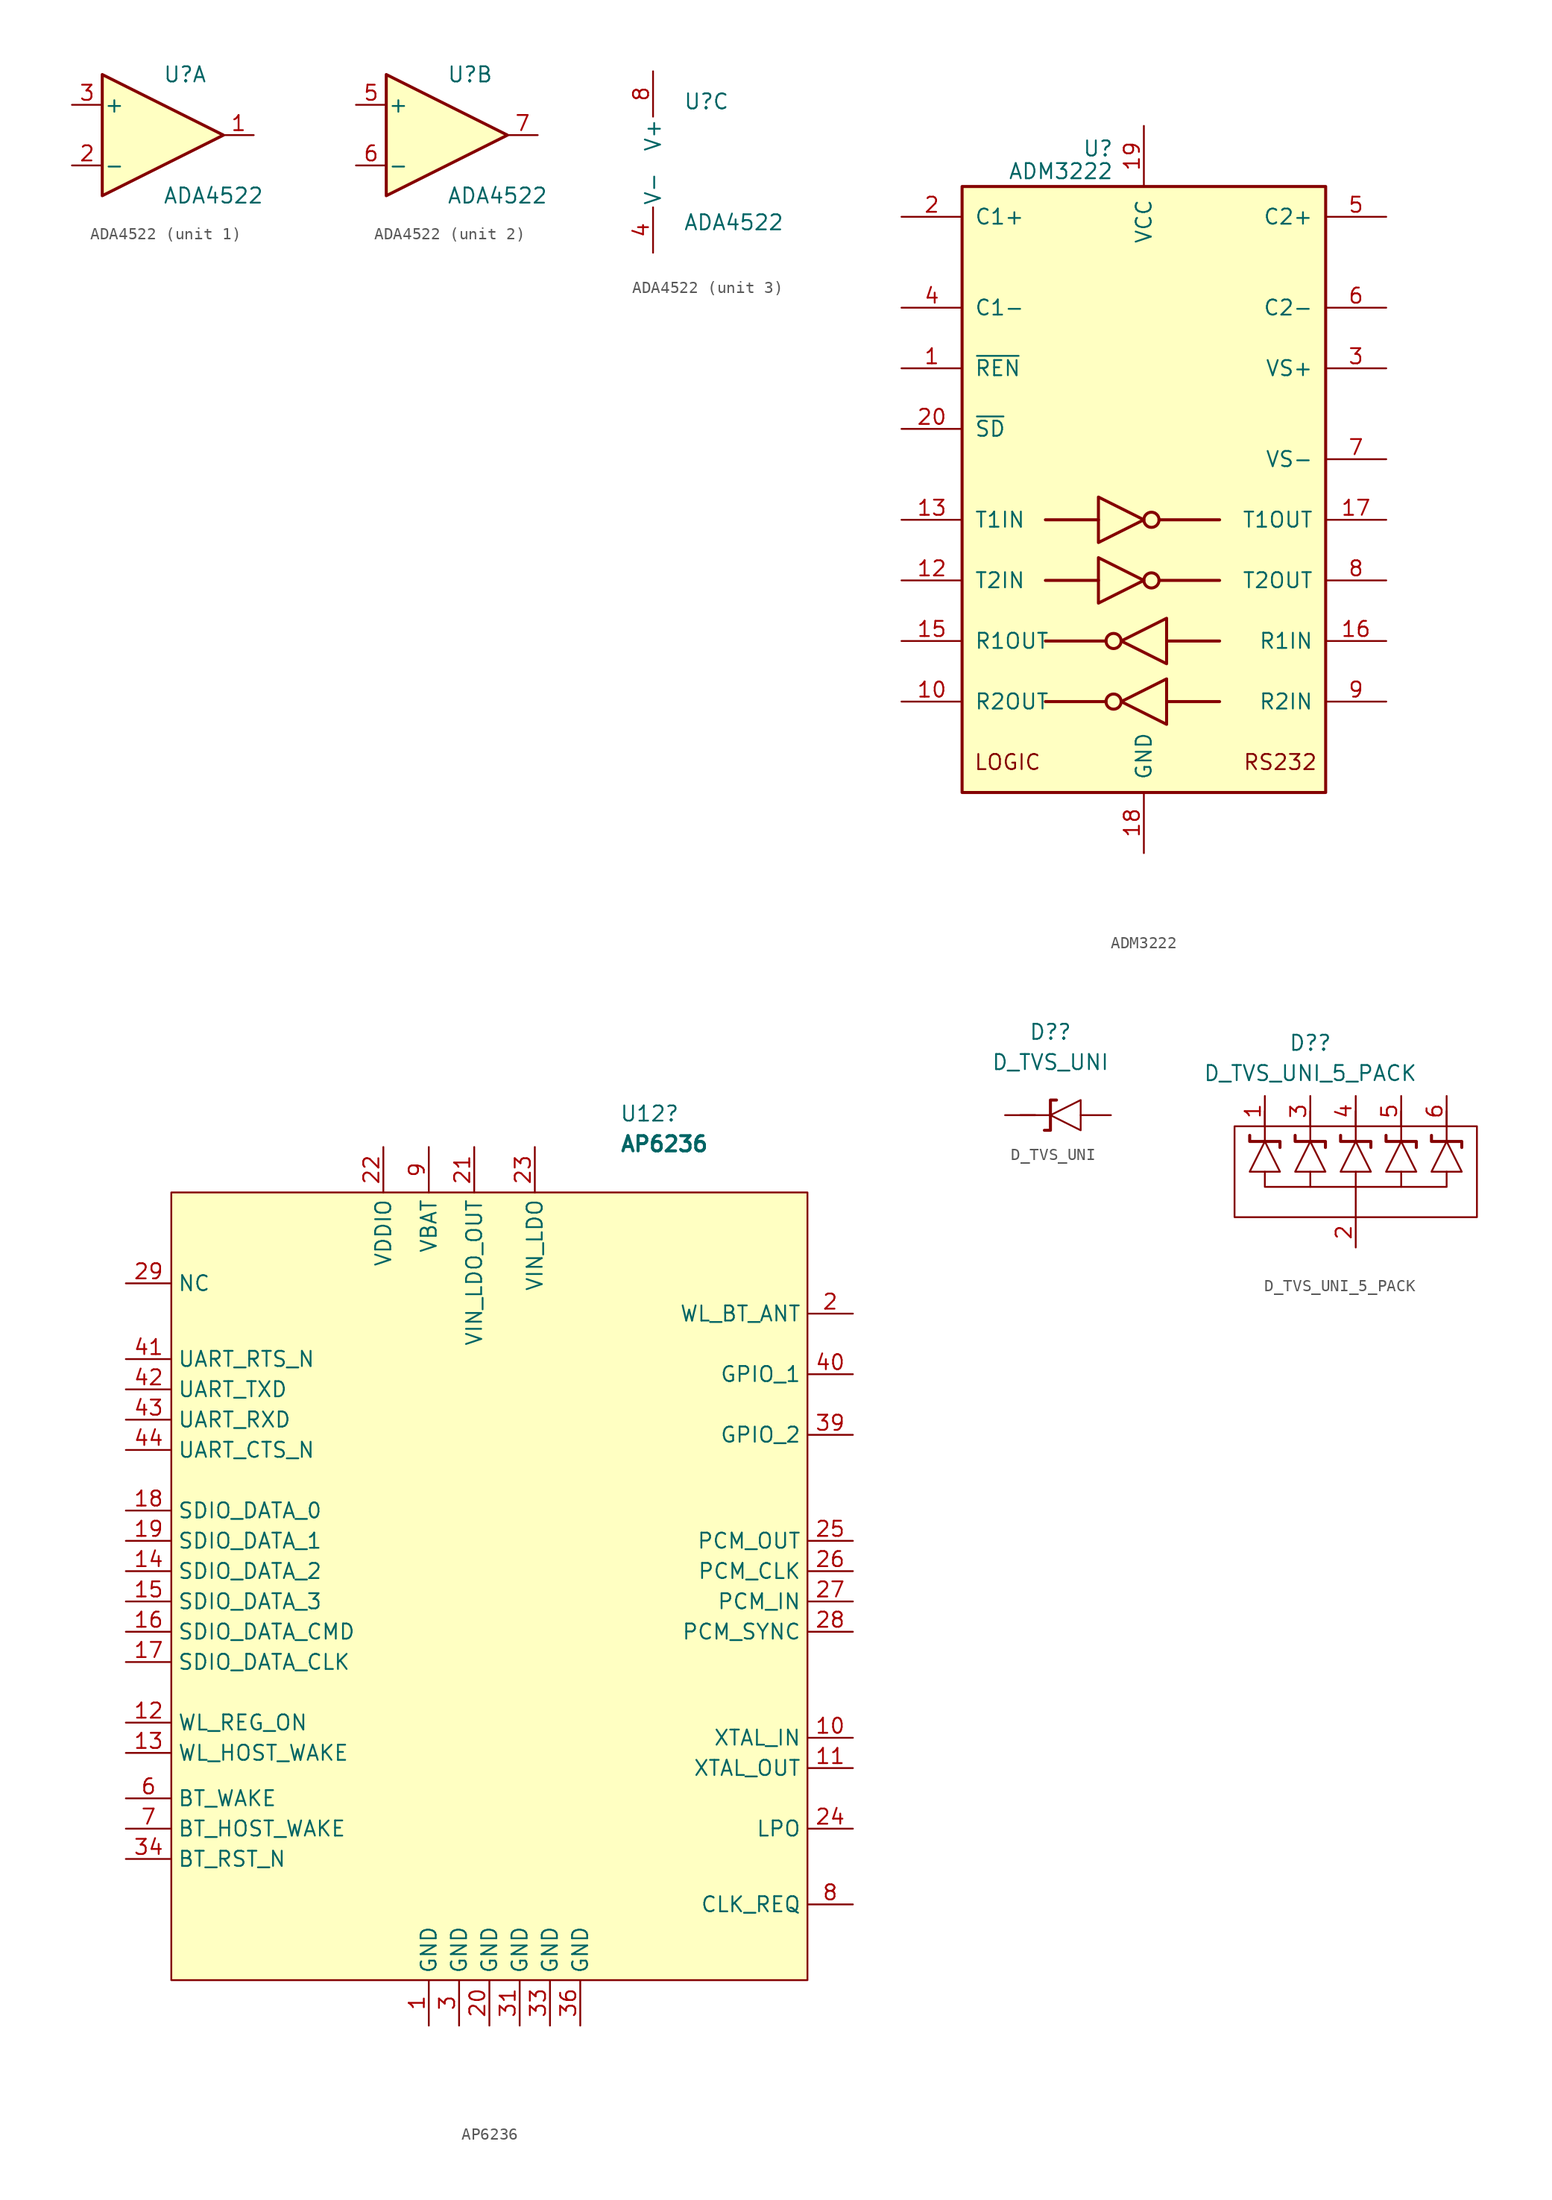
<source format=kicad_sym>
(kicad_symbol_lib
  (version 20220914)
  (generator kicad_symbol_editor)
  (symbol "ADA4522"
    (pin_names
      (offset 0.127))
    (property "Reference" "U"
      (at 0 5.08 0)
      (effects (font (size 1.27 1.27)) (justify left)))
    (property "Value" "ADA4522"
      (at 0 -5.08 0)
      (effects (font (size 1.27 1.27)) (justify left)))
    (property "ki_locked" ""
      (at 0 0 0)
      (effects (font (size 1.27 1.27))))
    (symbol "ADA4522_1_1"
      (polyline (pts (xy -5.08 5.08) (xy 5.08 0) (xy -5.08 -5.08) (xy -5.08 5.08)) (stroke (width 0.254) (type default)) (fill (type background)))
      (pin output line (at 7.62 0 180) (length 2.54) (name "~" (effects (font (size 1.27 1.27)))) (number "1" (effects (font (size 1.27 1.27)))))
      (pin input line (at -7.62 -2.54 0) (length 2.54) (name "-" (effects (font (size 1.27 1.27)))) (number "2" (effects (font (size 1.27 1.27)))))
      (pin input line (at -7.62 2.54 0) (length 2.54) (name "+" (effects (font (size 1.27 1.27)))) (number "3" (effects (font (size 1.27 1.27))))))
    (symbol "ADA4522_2_1"
      (polyline (pts (xy -5.08 5.08) (xy 5.08 0) (xy -5.08 -5.08) (xy -5.08 5.08)) (stroke (width 0.254) (type default)) (fill (type background)))
      (pin input line (at -7.62 2.54 0) (length 2.54) (name "+" (effects (font (size 1.27 1.27)))) (number "5" (effects (font (size 1.27 1.27)))))
      (pin input line (at -7.62 -2.54 0) (length 2.54) (name "-" (effects (font (size 1.27 1.27)))) (number "6" (effects (font (size 1.27 1.27)))))
      (pin output line (at 7.62 0 180) (length 2.54) (name "~" (effects (font (size 1.27 1.27)))) (number "7" (effects (font (size 1.27 1.27))))))
    (symbol "ADA4522_3_1"
      (pin power_in line (at -2.54 -7.62 90) (length 3.81) (name "V-" (effects (font (size 1.27 1.27)))) (number "4" (effects (font (size 1.27 1.27)))))
      (pin power_in line (at -2.54 7.62 270) (length 3.81) (name "V+" (effects (font (size 1.27 1.27)))) (number "8" (effects (font (size 1.27 1.27)))))))
  (symbol "ADM3222"
    (pin_names
      (offset 1.016))
    (property "Reference" "U"
      (at -2.54 28.575 0)
      (effects (font (size 1.27 1.27)) (justify right)))
    (property "Value" "ADM3222"
      (at -2.54 26.67 0)
      (effects (font (size 1.27 1.27)) (justify right)))
    (symbol "ADM3222_0_0"
      (text "LOGIC" (at -11.43 -22.86 0) (effects (font (size 1.27 1.27))))
      (text "RS232" (at 11.43 -22.86 0) (effects (font (size 1.27 1.27)))))
    (symbol "ADM3222_0_1"
      (rectangle (start -15.24 -25.4) (end 15.24 25.4) (stroke (width 0.254) (type default)) (fill (type background)))
      (circle (center -2.54 -17.78) (radius 0.635) (stroke (width 0.254) (type default)) (fill (type none)))
      (circle (center -2.54 -12.7) (radius 0.635) (stroke (width 0.254) (type default)) (fill (type none)))
      (polyline (pts (xy -3.81 -7.62) (xy -8.255 -7.62)) (stroke (width 0.254) (type default)) (fill (type none)))
      (polyline (pts (xy -3.81 -2.54) (xy -8.255 -2.54)) (stroke (width 0.254) (type default)) (fill (type none)))
      (polyline (pts (xy -3.175 -17.78) (xy -8.255 -17.78)) (stroke (width 0.254) (type default)) (fill (type none)))
      (polyline (pts (xy -3.175 -12.7) (xy -8.255 -12.7)) (stroke (width 0.254) (type default)) (fill (type none)))
      (polyline (pts (xy 1.27 -7.62) (xy 6.35 -7.62)) (stroke (width 0.254) (type default)) (fill (type none)))
      (polyline (pts (xy 1.27 -2.54) (xy 6.35 -2.54)) (stroke (width 0.254) (type default)) (fill (type none)))
      (polyline (pts (xy 1.905 -17.78) (xy 6.35 -17.78)) (stroke (width 0.254) (type default)) (fill (type none)))
      (polyline (pts (xy 1.905 -12.7) (xy 6.35 -12.7)) (stroke (width 0.254) (type default)) (fill (type none)))
      (polyline (pts (xy -3.81 -5.715) (xy -3.81 -9.525) (xy 0 -7.62) (xy -3.81 -5.715)) (stroke (width 0.254) (type default)) (fill (type none)))
      (polyline (pts (xy -3.81 -0.635) (xy -3.81 -4.445) (xy 0 -2.54) (xy -3.81 -0.635)) (stroke (width 0.254) (type default)) (fill (type none)))
      (polyline (pts (xy 1.905 -15.875) (xy 1.905 -19.685) (xy -1.905 -17.78) (xy 1.905 -15.875)) (stroke (width 0.254) (type default)) (fill (type none)))
      (polyline (pts (xy 1.905 -10.795) (xy 1.905 -14.605) (xy -1.905 -12.7) (xy 1.905 -10.795)) (stroke (width 0.254) (type default)) (fill (type none)))
      (circle (center 0.635 -7.62) (radius 0.635) (stroke (width 0.254) (type default)) (fill (type none)))
      (circle (center 0.635 -2.54) (radius 0.635) (stroke (width 0.254) (type default)) (fill (type none))))
    (symbol "ADM3222_1_1"
      (pin input line (at -20.32 10.16 0) (length 5.08) (name "~{REN}" (effects (font (size 1.27 1.27)))) (number "1" (effects (font (size 1.27 1.27)))))
      (pin tri_state line (at -20.32 -17.78 0) (length 5.08) (name "R2OUT" (effects (font (size 1.27 1.27)))) (number "10" (effects (font (size 1.27 1.27)))))
      (pin input line (at -20.32 -7.62 0) (length 5.08) (name "T2IN" (effects (font (size 1.27 1.27)))) (number "12" (effects (font (size 1.27 1.27)))))
      (pin input line (at -20.32 -2.54 0) (length 5.08) (name "T1IN" (effects (font (size 1.27 1.27)))) (number "13" (effects (font (size 1.27 1.27)))))
      (pin tri_state line (at -20.32 -12.7 0) (length 5.08) (name "R1OUT" (effects (font (size 1.27 1.27)))) (number "15" (effects (font (size 1.27 1.27)))))
      (pin input line (at 20.32 -12.7 180) (length 5.08) (name "R1IN" (effects (font (size 1.27 1.27)))) (number "16" (effects (font (size 1.27 1.27)))))
      (pin output line (at 20.32 -2.54 180) (length 5.08) (name "T1OUT" (effects (font (size 1.27 1.27)))) (number "17" (effects (font (size 1.27 1.27)))))
      (pin power_in line (at 0 -30.48 90) (length 5.08) (name "GND" (effects (font (size 1.27 1.27)))) (number "18" (effects (font (size 1.27 1.27)))))
      (pin power_in line (at 0 30.48 270) (length 5.08) (name "VCC" (effects (font (size 1.27 1.27)))) (number "19" (effects (font (size 1.27 1.27)))))
      (pin passive line (at -20.32 22.86 0) (length 5.08) (name "C1+" (effects (font (size 1.27 1.27)))) (number "2" (effects (font (size 1.27 1.27)))))
      (pin input line (at -20.32 5.08 0) (length 5.08) (name "~{SD}" (effects (font (size 1.27 1.27)))) (number "20" (effects (font (size 1.27 1.27)))))
      (pin power_out line (at 20.32 10.16 180) (length 5.08) (name "VS+" (effects (font (size 1.27 1.27)))) (number "3" (effects (font (size 1.27 1.27)))))
      (pin passive line (at -20.32 15.24 0) (length 5.08) (name "C1-" (effects (font (size 1.27 1.27)))) (number "4" (effects (font (size 1.27 1.27)))))
      (pin passive line (at 20.32 22.86 180) (length 5.08) (name "C2+" (effects (font (size 1.27 1.27)))) (number "5" (effects (font (size 1.27 1.27)))))
      (pin passive line (at 20.32 15.24 180) (length 5.08) (name "C2-" (effects (font (size 1.27 1.27)))) (number "6" (effects (font (size 1.27 1.27)))))
      (pin power_out line (at 20.32 2.54 180) (length 5.08) (name "VS-" (effects (font (size 1.27 1.27)))) (number "7" (effects (font (size 1.27 1.27)))))
      (pin output line (at 20.32 -7.62 180) (length 5.08) (name "T2OUT" (effects (font (size 1.27 1.27)))) (number "8" (effects (font (size 1.27 1.27)))))
      (pin input line (at 20.32 -17.78 180) (length 5.08) (name "R2IN" (effects (font (size 1.27 1.27)))) (number "9" (effects (font (size 1.27 1.27)))))))
  (symbol "AP6236"
    (property "Reference" "U12"
      (at 24.879 4.064 0)
      (effects (font (size 1.27 1.27)) (justify left)))
    (property "Value" "AP6236"
      (at 24.879 1.524 0)
      (effects (font (size 1.27 1.27) bold) (justify left)))
    (symbol "AP6236_0_1"
      (rectangle (start -12.7 -2.54) (end 40.64 -68.58) (stroke (width 0) (type default)) (fill (type background))))
    (symbol "AP6236_1_1"
      (pin power_in line (at 8.89 -72.39 90) (length 3.81) (name "GND" (effects (font (size 1.27 1.27)))) (number "1" (effects (font (size 1.27 1.27)))))
      (pin passive line (at 44.45 -48.26 180) (length 3.81) (name "XTAL_IN" (effects (font (size 1.27 1.27)))) (number "10" (effects (font (size 1.27 1.27)))))
      (pin passive line (at 44.45 -50.8 180) (length 3.81) (name "XTAL_OUT" (effects (font (size 1.27 1.27)))) (number "11" (effects (font (size 1.27 1.27)))))
      (pin input line (at -16.51 -46.99 0) (length 3.81) (name "WL_REG_ON" (effects (font (size 1.27 1.27)))) (number "12" (effects (font (size 1.27 1.27)))))
      (pin output line (at -16.51 -49.53 0) (length 3.81) (name "WL_HOST_WAKE" (effects (font (size 1.27 1.27)))) (number "13" (effects (font (size 1.27 1.27)))))
      (pin bidirectional line (at -16.51 -34.29 0) (length 3.81) (name "SDIO_DATA_2" (effects (font (size 1.27 1.27)))) (number "14" (effects (font (size 1.27 1.27)))))
      (pin bidirectional line (at -16.51 -36.83 0) (length 3.81) (name "SDIO_DATA_3" (effects (font (size 1.27 1.27)))) (number "15" (effects (font (size 1.27 1.27)))))
      (pin bidirectional line (at -16.51 -39.37 0) (length 3.81) (name "SDIO_DATA_CMD" (effects (font (size 1.27 1.27)))) (number "16" (effects (font (size 1.27 1.27)))))
      (pin bidirectional line (at -16.51 -41.91 0) (length 3.81) (name "SDIO_DATA_CLK" (effects (font (size 1.27 1.27)))) (number "17" (effects (font (size 1.27 1.27)))))
      (pin bidirectional line (at -16.51 -29.21 0) (length 3.81) (name "SDIO_DATA_0" (effects (font (size 1.27 1.27)))) (number "18" (effects (font (size 1.27 1.27)))))
      (pin bidirectional line (at -16.51 -31.75 0) (length 3.81) (name "SDIO_DATA_1" (effects (font (size 1.27 1.27)))) (number "19" (effects (font (size 1.27 1.27)))))
      (pin output line (at 44.45 -12.7 180) (length 3.81) (name "WL_BT_ANT" (effects (font (size 1.27 1.27)))) (number "2" (effects (font (size 1.27 1.27)))))
      (pin power_in line (at 13.97 -72.39 90) (length 3.81) (name "GND" (effects (font (size 1.27 1.27)))) (number "20" (effects (font (size 1.27 1.27)))))
      (pin power_out line (at 12.7 1.27 270) (length 3.81) (name "VIN_LDO_OUT" (effects (font (size 1.27 1.27)))) (number "21" (effects (font (size 1.27 1.27)))))
      (pin power_in line (at 5.08 1.27 270) (length 3.81) (name "VDDIO" (effects (font (size 1.27 1.27)))) (number "22" (effects (font (size 1.27 1.27)))))
      (pin passive line (at 17.78 1.27 270) (length 3.81) (name "VIN_LDO" (effects (font (size 1.27 1.27)))) (number "23" (effects (font (size 1.27 1.27)))))
      (pin input line (at 44.45 -55.88 180) (length 3.81) (name "LPO" (effects (font (size 1.27 1.27)))) (number "24" (effects (font (size 1.27 1.27)))))
      (pin output line (at 44.45 -31.75 180) (length 3.81) (name "PCM_OUT" (effects (font (size 1.27 1.27)))) (number "25" (effects (font (size 1.27 1.27)))))
      (pin bidirectional line (at 44.45 -34.29 180) (length 3.81) (name "PCM_CLK" (effects (font (size 1.27 1.27)))) (number "26" (effects (font (size 1.27 1.27)))))
      (pin input line (at 44.45 -36.83 180) (length 3.81) (name "PCM_IN" (effects (font (size 1.27 1.27)))) (number "27" (effects (font (size 1.27 1.27)))))
      (pin bidirectional line (at 44.45 -39.37 180) (length 3.81) (name "PCM_SYNC" (effects (font (size 1.27 1.27)))) (number "28" (effects (font (size 1.27 1.27)))))
      (pin free line (at -16.51 -10.16 0) (length 3.81) (name "NC" (effects (font (size 1.27 1.27)))) (number "29" (effects (font (size 1.27 1.27)))))
      (pin power_in line (at 11.43 -72.39 90) (length 3.81) (name "GND" (effects (font (size 1.27 1.27)))) (number "3" (effects (font (size 1.27 1.27)))))
      (pin power_in line (at 16.51 -72.39 90) (length 3.81) (name "GND" (effects (font (size 1.27 1.27)))) (number "31" (effects (font (size 1.27 1.27)))))
      (pin power_in line (at 19.05 -72.39 90) (length 3.81) (name "GND" (effects (font (size 1.27 1.27)))) (number "33" (effects (font (size 1.27 1.27)))))
      (pin input line (at -16.51 -58.42 0) (length 3.81) (name "BT_RST_N" (effects (font (size 1.27 1.27)))) (number "34" (effects (font (size 1.27 1.27)))))
      (pin power_in line (at 21.59 -72.39 90) (length 3.81) (name "GND" (effects (font (size 1.27 1.27)))) (number "36" (effects (font (size 1.27 1.27)))))
      (pin bidirectional line (at 44.45 -22.86 180) (length 3.81) (name "GPIO_2" (effects (font (size 1.27 1.27)))) (number "39" (effects (font (size 1.27 1.27)))))
      (pin bidirectional line (at 44.45 -17.78 180) (length 3.81) (name "GPIO_1" (effects (font (size 1.27 1.27)))) (number "40" (effects (font (size 1.27 1.27)))))
      (pin output line (at -16.51 -16.51 0) (length 3.81) (name "UART_RTS_N" (effects (font (size 1.27 1.27)))) (number "41" (effects (font (size 1.27 1.27)))))
      (pin output line (at -16.51 -19.05 0) (length 3.81) (name "UART_TXD" (effects (font (size 1.27 1.27)))) (number "42" (effects (font (size 1.27 1.27)))))
      (pin input line (at -16.51 -21.59 0) (length 3.81) (name "UART_RXD" (effects (font (size 1.27 1.27)))) (number "43" (effects (font (size 1.27 1.27)))))
      (pin input line (at -16.51 -24.13 0) (length 3.81) (name "UART_CTS_N" (effects (font (size 1.27 1.27)))) (number "44" (effects (font (size 1.27 1.27)))))
      (pin input line (at -16.51 -53.34 0) (length 3.81) (name "BT_WAKE" (effects (font (size 1.27 1.27)))) (number "6" (effects (font (size 1.27 1.27)))))
      (pin output line (at -16.51 -55.88 0) (length 3.81) (name "BT_HOST_WAKE" (effects (font (size 1.27 1.27)))) (number "7" (effects (font (size 1.27 1.27)))))
      (pin output line (at 44.45 -62.23 180) (length 3.81) (name "CLK_REQ" (effects (font (size 1.27 1.27)))) (number "8" (effects (font (size 1.27 1.27)))))
      (pin power_in line (at 8.89 1.27 270) (length 3.81) (name "VBAT" (effects (font (size 1.27 1.27)))) (number "9" (effects (font (size 1.27 1.27)))))))
  (symbol "D_TVS_UNI"
    (pin_numbers hide)
    (pin_names
      (offset 1.016) hide)
    (property "Reference" "D?"
      (at 0 6.985 0)
      (effects (font (size 1.27 1.27))))
    (property "Value" "D_TVS_UNI"
      (at 0 4.445 0)
      (effects (font (size 1.27 1.27))))
    (symbol "D_TVS_UNI_0_1"
      (polyline (pts (xy 0 0) (xy -2.54 0)) (stroke (width 0) (type default)) (fill (type none)))
      (polyline (pts (xy 0 0) (xy 2.54 1.27) (xy 2.54 -1.27) (xy 0 0)) (stroke (width 0) (type default)) (fill (type none)))
      (polyline (pts (xy 0.508 1.27) (xy 0 1.27) (xy 0 -1.27) (xy -0.508 -1.27)) (stroke (width 0.254) (type default)) (fill (type none))))
    (symbol "D_TVS_UNI_1_1"
      (pin passive line (at -3.81 0 0) (length 2.54) (name "A1" (effects (font (size 1.27 1.27)))) (number "1" (effects (font (size 1.27 1.27)))))
      (pin passive line (at 5.08 0 180) (length 2.54) (name "A2" (effects (font (size 1.27 1.27)))) (number "2" (effects (font (size 1.27 1.27)))))))
  (symbol "D_TVS_UNI_5_PACK"
    (pin_names
      (offset 1.016) hide)
    (property "Reference" "D?"
      (at 7.62 8.255 0)
      (effects (font (size 1.27 1.27))))
    (property "Value" "D_TVS_UNI_5_PACK"
      (at 7.62 5.715 0)
      (effects (font (size 1.27 1.27))))
    (symbol "D_TVS_UNI_5_PACK_0_1"
      (polyline (pts (xy 3.81 0) (xy 3.81 2.54)) (stroke (width 0) (type default)) (fill (type none)))
      (polyline (pts (xy 7.62 -3.81) (xy 7.62 -2.54)) (stroke (width 0) (type default)) (fill (type none)))
      (polyline (pts (xy 7.62 0) (xy 7.62 2.54)) (stroke (width 0) (type default)) (fill (type none)))
      (polyline (pts (xy 11.43 -6.35) (xy 11.43 -3.81)) (stroke (width 0) (type default)) (fill (type none)))
      (polyline (pts (xy 11.43 -3.81) (xy 11.43 -2.54)) (stroke (width 0) (type default)) (fill (type none)))
      (polyline (pts (xy 11.43 0) (xy 11.43 2.54)) (stroke (width 0) (type default)) (fill (type none)))
      (polyline (pts (xy 15.24 -3.81) (xy 15.24 -2.54)) (stroke (width 0) (type default)) (fill (type none)))
      (polyline (pts (xy 15.24 0) (xy 15.24 2.54)) (stroke (width 0) (type default)) (fill (type none)))
      (polyline (pts (xy 19.05 0) (xy 19.05 2.54)) (stroke (width 0) (type default)) (fill (type none)))
      (polyline (pts (xy 3.81 -2.54) (xy 3.81 -3.81) (xy 19.05 -3.81) (xy 19.05 -2.54)) (stroke (width 0) (type default)) (fill (type none)))
      (polyline (pts (xy 3.81 0) (xy 5.08 -2.54) (xy 2.54 -2.54) (xy 3.81 0)) (stroke (width 0) (type default)) (fill (type none)))
      (polyline (pts (xy 5.08 -0.508) (xy 5.08 0) (xy 2.54 0) (xy 2.54 0.508)) (stroke (width 0.254) (type default)) (fill (type none)))
      (polyline (pts (xy 7.62 0) (xy 8.89 -2.54) (xy 6.35 -2.54) (xy 7.62 0)) (stroke (width 0) (type default)) (fill (type none)))
      (polyline (pts (xy 8.89 -0.508) (xy 8.89 0) (xy 6.35 0) (xy 6.35 0.508)) (stroke (width 0.254) (type default)) (fill (type none)))
      (polyline (pts (xy 11.43 0) (xy 12.7 -2.54) (xy 10.16 -2.54) (xy 11.43 0)) (stroke (width 0) (type default)) (fill (type none)))
      (polyline (pts (xy 12.7 -0.508) (xy 12.7 0) (xy 10.16 0) (xy 10.16 0.508)) (stroke (width 0.254) (type default)) (fill (type none)))
      (polyline (pts (xy 15.24 0) (xy 16.51 -2.54) (xy 13.97 -2.54) (xy 15.24 0)) (stroke (width 0) (type default)) (fill (type none)))
      (polyline (pts (xy 16.51 -0.508) (xy 16.51 0) (xy 13.97 0) (xy 13.97 0.508)) (stroke (width 0.254) (type default)) (fill (type none)))
      (polyline (pts (xy 19.05 0) (xy 20.32 -2.54) (xy 17.78 -2.54) (xy 19.05 0)) (stroke (width 0) (type default)) (fill (type none)))
      (polyline (pts (xy 20.32 -0.508) (xy 20.32 0) (xy 17.78 0) (xy 17.78 0.508)) (stroke (width 0.254) (type default)) (fill (type none)))
      (rectangle (start 1.27 1.27) (end 21.59 -6.35) (stroke (width 0) (type default)) (fill (type none))))
    (symbol "D_TVS_UNI_5_PACK_1_1"
      (pin passive line (at 3.81 3.81 270) (length 2.54) (name "K1" (effects (font (size 1.27 1.27)))) (number "1" (effects (font (size 1.27 1.27)))))
      (pin passive line (at 11.43 -8.89 90) (length 2.54) (name "A2" (effects (font (size 1.27 1.27)))) (number "2" (effects (font (size 1.27 1.27)))))
      (pin passive line (at 7.62 3.81 270) (length 2.54) (name "A1" (effects (font (size 1.27 1.27)))) (number "3" (effects (font (size 1.27 1.27)))))
      (pin passive line (at 11.43 3.81 270) (length 2.54) (name "A1" (effects (font (size 1.27 1.27)))) (number "4" (effects (font (size 1.27 1.27)))))
      (pin passive line (at 15.24 3.81 270) (length 2.54) (name "A1" (effects (font (size 1.27 1.27)))) (number "5" (effects (font (size 1.27 1.27)))))
      (pin passive line (at 19.05 3.81 270) (length 2.54) (name "A1" (effects (font (size 1.27 1.27)))) (number "6" (effects (font (size 1.27 1.27))))))))
</source>
